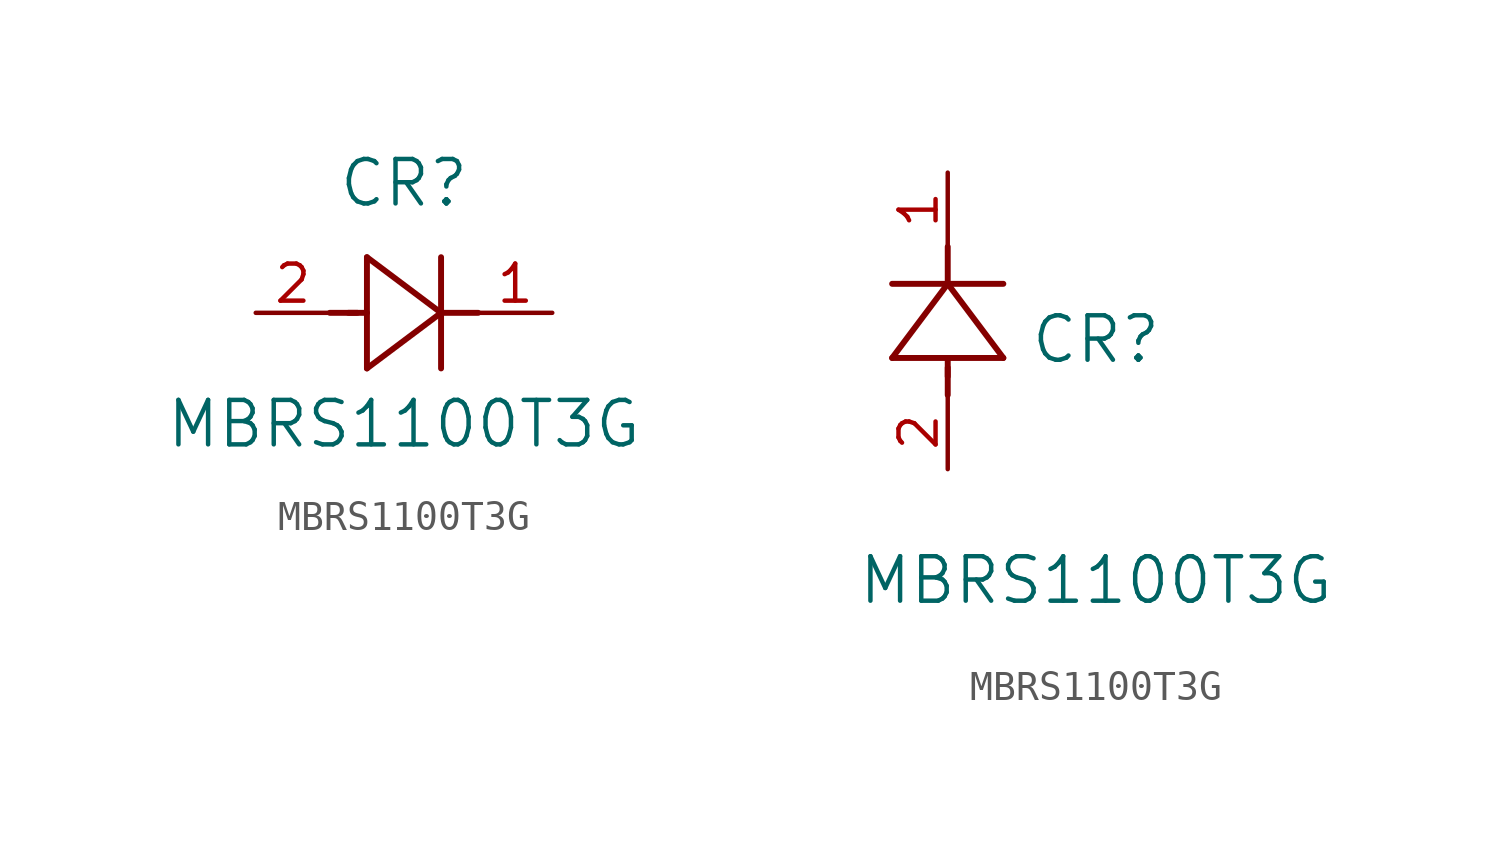
<source format=kicad_sym>
(kicad_symbol_lib
  (version 20211014)
  (generator kicad_symbol_editor)
  (symbol "MBRS1100T3G"
    (pin_names
      (offset 0.254))
    (property "Reference" "CR"
      (at 5.08 4.445 0)
      (effects (font (size 1.524 1.524))))
    (property "Value" "MBRS1100T3G"
      (at 5.08 -3.81 0)
      (effects (font (size 1.524 1.524))))
    (symbol "MBRS1100T3G_1_1"
      (polyline (pts (xy 2.54 0) (xy 3.48 0)) (stroke (width 0.203) (type default) (color 0 0 0 0)) (fill (type none)))
      (polyline (pts (xy 3.81 1.905) (xy 3.81 -1.905)) (stroke (width 0.203) (type default) (color 0 0 0 0)) (fill (type none)))
      (polyline (pts (xy 3.175 0) (xy 3.81 0)) (stroke (width 0.203) (type default) (color 0 0 0 0)) (fill (type none)))
      (polyline (pts (xy 6.35 -1.905) (xy 6.35 1.905)) (stroke (width 0.203) (type default) (color 0 0 0 0)) (fill (type none)))
      (polyline (pts (xy 6.35 0) (xy 7.62 0)) (stroke (width 0.203) (type default) (color 0 0 0 0)) (fill (type none)))
      (polyline (pts (xy 6.35 0) (xy 3.81 1.905)) (stroke (width 0.203) (type default) (color 0 0 0 0)) (fill (type none)))
      (polyline (pts (xy 3.81 -1.905) (xy 6.35 0)) (stroke (width 0.203) (type default) (color 0 0 0 0)) (fill (type none)))
      (pin unspecified line (at 0 0 0) (length 2.54) (name "" (effects (font (size 1.27 1.27)))) (number "2" (effects (font (size 1.27 1.27)))))
      (pin unspecified line (at 10.16 0 180) (length 2.54) (name "" (effects (font (size 1.27 1.27)))) (number "1" (effects (font (size 1.27 1.27))))))
    (symbol "MBRS1100T3G_1_2"
      (polyline (pts (xy 0 2.54) (xy 0 3.48)) (stroke (width 0.203) (type default) (color 0 0 0 0)) (fill (type none)))
      (polyline (pts (xy -1.905 3.81) (xy 1.905 3.81)) (stroke (width 0.203) (type default) (color 0 0 0 0)) (fill (type none)))
      (polyline (pts (xy 0 3.175) (xy 0 3.81)) (stroke (width 0.203) (type default) (color 0 0 0 0)) (fill (type none)))
      (polyline (pts (xy 1.905 6.35) (xy -1.905 6.35)) (stroke (width 0.203) (type default) (color 0 0 0 0)) (fill (type none)))
      (polyline (pts (xy 0 6.35) (xy 0 7.62)) (stroke (width 0.203) (type default) (color 0 0 0 0)) (fill (type none)))
      (polyline (pts (xy 0 6.35) (xy -1.905 3.81)) (stroke (width 0.203) (type default) (color 0 0 0 0)) (fill (type none)))
      (polyline (pts (xy 1.905 3.81) (xy 0 6.35)) (stroke (width 0.203) (type default) (color 0 0 0 0)) (fill (type none)))
      (pin unspecified line (at 0 0 90) (length 2.54) (name "" (effects (font (size 1.27 1.27)))) (number "2" (effects (font (size 1.27 1.27)))))
      (pin unspecified line (at 0 10.16 270) (length 2.54) (name "" (effects (font (size 1.27 1.27)))) (number "1" (effects (font (size 1.27 1.27))))))))
</source>
